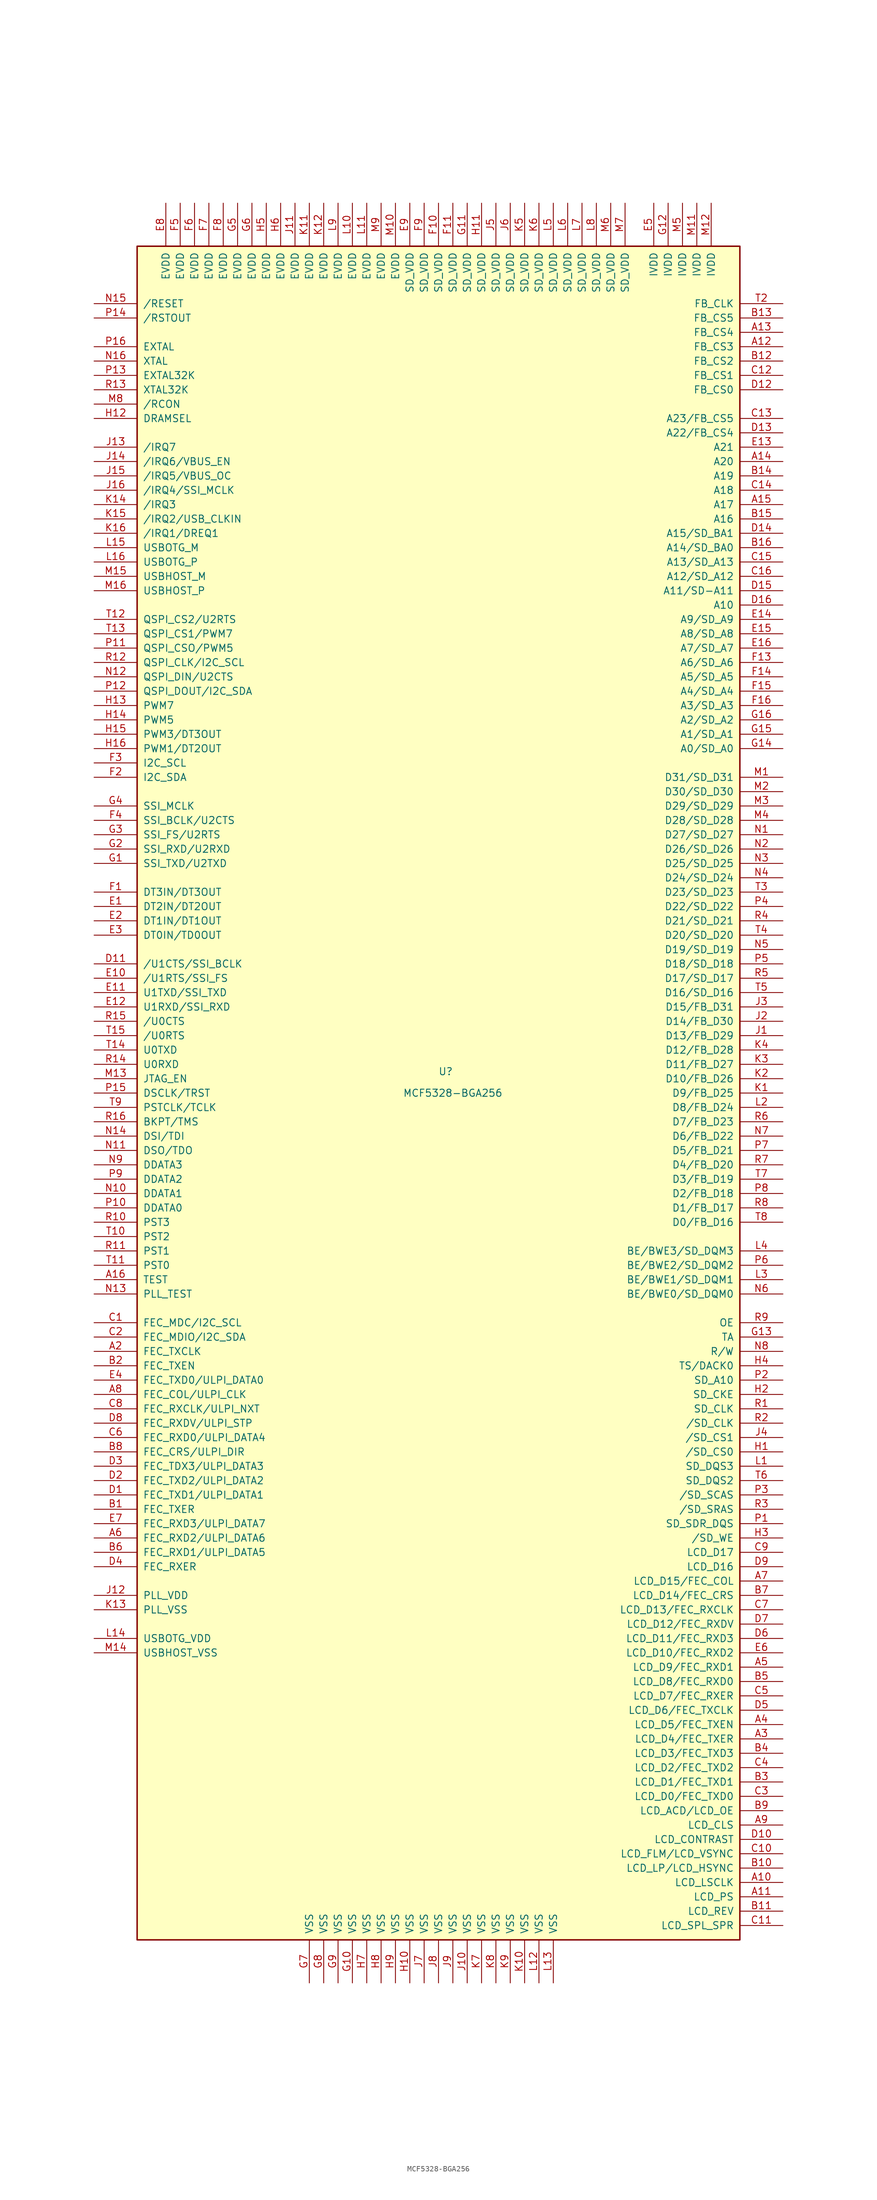
<source format=kicad_sym>
(kicad_symbol_lib
  (version 20241209)
  (generator "kicad_symbol_editor")
  (generator_version "9.0")
  (symbol "MCF5328-BGA256"
    (pin_names
      (offset 1.016))
    (property "Reference" "U"
      (at 1.27 3.81 0)
      (effects (font (size 1.27 1.27))))
    (property "Value" "MCF5328-BGA256"
      (at 2.54 0 0)
      (effects (font (size 1.27 1.27))))
    (symbol "MCF5328-BGA256_0_1"
      (rectangle (start -53.34 149.86) (end 53.34 -149.86) (stroke (width 0.254) (type default)) (fill (type background))))
    (symbol "MCF5328-BGA256_1_1"
      (pin input line (at -60.96 139.7 0) (length 7.62) (name "/RESET" (effects (font (size 1.27 1.27)))) (number "N15" (effects (font (size 1.27 1.27)))))
      (pin output line (at -60.96 137.16 0) (length 7.62) (name "/RSTOUT" (effects (font (size 1.27 1.27)))) (number "P14" (effects (font (size 1.27 1.27)))))
      (pin input line (at -60.96 132.08 0) (length 7.62) (name "EXTAL" (effects (font (size 1.27 1.27)))) (number "P16" (effects (font (size 1.27 1.27)))))
      (pin output line (at -60.96 129.54 0) (length 7.62) (name "XTAL" (effects (font (size 1.27 1.27)))) (number "N16" (effects (font (size 1.27 1.27)))))
      (pin input line (at -60.96 127 0) (length 7.62) (name "EXTAL32K" (effects (font (size 1.27 1.27)))) (number "P13" (effects (font (size 1.27 1.27)))))
      (pin output line (at -60.96 124.46 0) (length 7.62) (name "XTAL32K" (effects (font (size 1.27 1.27)))) (number "R13" (effects (font (size 1.27 1.27)))))
      (pin input line (at -60.96 121.92 0) (length 7.62) (name "/RCON" (effects (font (size 1.27 1.27)))) (number "M8" (effects (font (size 1.27 1.27)))))
      (pin input line (at -60.96 119.38 0) (length 7.62) (name "DRAMSEL" (effects (font (size 1.27 1.27)))) (number "H12" (effects (font (size 1.27 1.27)))))
      (pin input line (at -60.96 114.3 0) (length 7.62) (name "/IRQ7" (effects (font (size 1.27 1.27)))) (number "J13" (effects (font (size 1.27 1.27)))))
      (pin input line (at -60.96 111.76 0) (length 7.62) (name "/IRQ6/VBUS_EN" (effects (font (size 1.27 1.27)))) (number "J14" (effects (font (size 1.27 1.27)))))
      (pin input line (at -60.96 109.22 0) (length 7.62) (name "/IRQ5/VBUS_OC" (effects (font (size 1.27 1.27)))) (number "J15" (effects (font (size 1.27 1.27)))))
      (pin input line (at -60.96 106.68 0) (length 7.62) (name "/IRQ4/SSI_MCLK" (effects (font (size 1.27 1.27)))) (number "J16" (effects (font (size 1.27 1.27)))))
      (pin input line (at -60.96 104.14 0) (length 7.62) (name "/IRQ3" (effects (font (size 1.27 1.27)))) (number "K14" (effects (font (size 1.27 1.27)))))
      (pin input line (at -60.96 101.6 0) (length 7.62) (name "/IRQ2/USB_CLKIN" (effects (font (size 1.27 1.27)))) (number "K15" (effects (font (size 1.27 1.27)))))
      (pin input line (at -60.96 99.06 0) (length 7.62) (name "/IRQ1/DREQ1" (effects (font (size 1.27 1.27)))) (number "K16" (effects (font (size 1.27 1.27)))))
      (pin bidirectional line (at -60.96 96.52 0) (length 7.62) (name "USBOTG_M" (effects (font (size 1.27 1.27)))) (number "L15" (effects (font (size 1.27 1.27)))))
      (pin bidirectional line (at -60.96 93.98 0) (length 7.62) (name "USBOTG_P" (effects (font (size 1.27 1.27)))) (number "L16" (effects (font (size 1.27 1.27)))))
      (pin bidirectional line (at -60.96 91.44 0) (length 7.62) (name "USBHOST_M" (effects (font (size 1.27 1.27)))) (number "M15" (effects (font (size 1.27 1.27)))))
      (pin bidirectional line (at -60.96 88.9 0) (length 7.62) (name "USBHOST_P" (effects (font (size 1.27 1.27)))) (number "M16" (effects (font (size 1.27 1.27)))))
      (pin output line (at -60.96 83.82 0) (length 7.62) (name "QSPI_CS2/U2RTS" (effects (font (size 1.27 1.27)))) (number "T12" (effects (font (size 1.27 1.27)))))
      (pin output line (at -60.96 81.28 0) (length 7.62) (name "QSPI_CS1/PWM7" (effects (font (size 1.27 1.27)))) (number "T13" (effects (font (size 1.27 1.27)))))
      (pin output line (at -60.96 78.74 0) (length 7.62) (name "QSPI_CSO/PWM5" (effects (font (size 1.27 1.27)))) (number "P11" (effects (font (size 1.27 1.27)))))
      (pin output line (at -60.96 76.2 0) (length 7.62) (name "QSPI_CLK/I2C_SCL" (effects (font (size 1.27 1.27)))) (number "R12" (effects (font (size 1.27 1.27)))))
      (pin input line (at -60.96 73.66 0) (length 7.62) (name "QSPI_DIN/U2CTS" (effects (font (size 1.27 1.27)))) (number "N12" (effects (font (size 1.27 1.27)))))
      (pin output line (at -60.96 71.12 0) (length 7.62) (name "QSPI_DOUT/I2C_SDA" (effects (font (size 1.27 1.27)))) (number "P12" (effects (font (size 1.27 1.27)))))
      (pin bidirectional line (at -60.96 68.58 0) (length 7.62) (name "PWM7" (effects (font (size 1.27 1.27)))) (number "H13" (effects (font (size 1.27 1.27)))))
      (pin bidirectional line (at -60.96 66.04 0) (length 7.62) (name "PWM5" (effects (font (size 1.27 1.27)))) (number "H14" (effects (font (size 1.27 1.27)))))
      (pin bidirectional line (at -60.96 63.5 0) (length 7.62) (name "PWM3/DT3OUT" (effects (font (size 1.27 1.27)))) (number "H15" (effects (font (size 1.27 1.27)))))
      (pin bidirectional line (at -60.96 60.96 0) (length 7.62) (name "PWM1/DT2OUT" (effects (font (size 1.27 1.27)))) (number "H16" (effects (font (size 1.27 1.27)))))
      (pin bidirectional line (at -60.96 58.42 0) (length 7.62) (name "I2C_SCL" (effects (font (size 1.27 1.27)))) (number "F3" (effects (font (size 1.27 1.27)))))
      (pin bidirectional line (at -60.96 55.88 0) (length 7.62) (name "I2C_SDA" (effects (font (size 1.27 1.27)))) (number "F2" (effects (font (size 1.27 1.27)))))
      (pin bidirectional line (at -60.96 50.8 0) (length 7.62) (name "SSI_MCLK" (effects (font (size 1.27 1.27)))) (number "G4" (effects (font (size 1.27 1.27)))))
      (pin bidirectional line (at -60.96 48.26 0) (length 7.62) (name "SSI_BCLK/U2CTS" (effects (font (size 1.27 1.27)))) (number "F4" (effects (font (size 1.27 1.27)))))
      (pin bidirectional line (at -60.96 45.72 0) (length 7.62) (name "SSI_FS/U2RTS" (effects (font (size 1.27 1.27)))) (number "G3" (effects (font (size 1.27 1.27)))))
      (pin input line (at -60.96 43.18 0) (length 7.62) (name "SSI_RXD/U2RXD" (effects (font (size 1.27 1.27)))) (number "G2" (effects (font (size 1.27 1.27)))))
      (pin output line (at -60.96 40.64 0) (length 7.62) (name "SSI_TXD/U2TXD" (effects (font (size 1.27 1.27)))) (number "G1" (effects (font (size 1.27 1.27)))))
      (pin input line (at -60.96 35.56 0) (length 7.62) (name "DT3IN/DT3OUT" (effects (font (size 1.27 1.27)))) (number "F1" (effects (font (size 1.27 1.27)))))
      (pin input line (at -60.96 33.02 0) (length 7.62) (name "DT2IN/DT2OUT" (effects (font (size 1.27 1.27)))) (number "E1" (effects (font (size 1.27 1.27)))))
      (pin input line (at -60.96 30.48 0) (length 7.62) (name "DT1IN/DT1OUT" (effects (font (size 1.27 1.27)))) (number "E2" (effects (font (size 1.27 1.27)))))
      (pin input line (at -60.96 27.94 0) (length 7.62) (name "DT0IN/TD0OUT" (effects (font (size 1.27 1.27)))) (number "E3" (effects (font (size 1.27 1.27)))))
      (pin input line (at -60.96 22.86 0) (length 7.62) (name "/U1CTS/SSI_BCLK" (effects (font (size 1.27 1.27)))) (number "D11" (effects (font (size 1.27 1.27)))))
      (pin output line (at -60.96 20.32 0) (length 7.62) (name "/U1RTS/SSI_FS" (effects (font (size 1.27 1.27)))) (number "E10" (effects (font (size 1.27 1.27)))))
      (pin output line (at -60.96 17.78 0) (length 7.62) (name "U1TXD/SSI_TXD" (effects (font (size 1.27 1.27)))) (number "E11" (effects (font (size 1.27 1.27)))))
      (pin input line (at -60.96 15.24 0) (length 7.62) (name "U1RXD/SSI_RXD" (effects (font (size 1.27 1.27)))) (number "E12" (effects (font (size 1.27 1.27)))))
      (pin input line (at -60.96 12.7 0) (length 7.62) (name "/U0CTS" (effects (font (size 1.27 1.27)))) (number "R15" (effects (font (size 1.27 1.27)))))
      (pin output line (at -60.96 10.16 0) (length 7.62) (name "/U0RTS" (effects (font (size 1.27 1.27)))) (number "T15" (effects (font (size 1.27 1.27)))))
      (pin output line (at -60.96 7.62 0) (length 7.62) (name "U0TXD" (effects (font (size 1.27 1.27)))) (number "T14" (effects (font (size 1.27 1.27)))))
      (pin input line (at -60.96 5.08 0) (length 7.62) (name "U0RXD" (effects (font (size 1.27 1.27)))) (number "R14" (effects (font (size 1.27 1.27)))))
      (pin input line (at -60.96 2.54 0) (length 7.62) (name "JTAG_EN" (effects (font (size 1.27 1.27)))) (number "M13" (effects (font (size 1.27 1.27)))))
      (pin input line (at -60.96 0 0) (length 7.62) (name "DSCLK/TRST" (effects (font (size 1.27 1.27)))) (number "P15" (effects (font (size 1.27 1.27)))))
      (pin output line (at -60.96 -2.54 0) (length 7.62) (name "PSTCLK/TCLK" (effects (font (size 1.27 1.27)))) (number "T9" (effects (font (size 1.27 1.27)))))
      (pin input line (at -60.96 -5.08 0) (length 7.62) (name "BKPT/TMS" (effects (font (size 1.27 1.27)))) (number "R16" (effects (font (size 1.27 1.27)))))
      (pin input line (at -60.96 -7.62 0) (length 7.62) (name "DSI/TDI" (effects (font (size 1.27 1.27)))) (number "N14" (effects (font (size 1.27 1.27)))))
      (pin output line (at -60.96 -10.16 0) (length 7.62) (name "DSO/TDO" (effects (font (size 1.27 1.27)))) (number "N11" (effects (font (size 1.27 1.27)))))
      (pin output line (at -60.96 -12.7 0) (length 7.62) (name "DDATA3" (effects (font (size 1.27 1.27)))) (number "N9" (effects (font (size 1.27 1.27)))))
      (pin output line (at -60.96 -15.24 0) (length 7.62) (name "DDATA2" (effects (font (size 1.27 1.27)))) (number "P9" (effects (font (size 1.27 1.27)))))
      (pin output line (at -60.96 -17.78 0) (length 7.62) (name "DDATA1" (effects (font (size 1.27 1.27)))) (number "N10" (effects (font (size 1.27 1.27)))))
      (pin output line (at -60.96 -20.32 0) (length 7.62) (name "DDATA0" (effects (font (size 1.27 1.27)))) (number "P10" (effects (font (size 1.27 1.27)))))
      (pin output line (at -60.96 -22.86 0) (length 7.62) (name "PST3" (effects (font (size 1.27 1.27)))) (number "R10" (effects (font (size 1.27 1.27)))))
      (pin output line (at -60.96 -25.4 0) (length 7.62) (name "PST2" (effects (font (size 1.27 1.27)))) (number "T10" (effects (font (size 1.27 1.27)))))
      (pin output line (at -60.96 -27.94 0) (length 7.62) (name "PST1" (effects (font (size 1.27 1.27)))) (number "R11" (effects (font (size 1.27 1.27)))))
      (pin output line (at -60.96 -30.48 0) (length 7.62) (name "PST0" (effects (font (size 1.27 1.27)))) (number "T11" (effects (font (size 1.27 1.27)))))
      (pin input line (at -60.96 -33.02 0) (length 7.62) (name "TEST" (effects (font (size 1.27 1.27)))) (number "A16" (effects (font (size 1.27 1.27)))))
      (pin input line (at -60.96 -35.56 0) (length 7.62) (name "PLL_TEST" (effects (font (size 1.27 1.27)))) (number "N13" (effects (font (size 1.27 1.27)))))
      (pin output line (at -60.96 -40.64 0) (length 7.62) (name "FEC_MDC/I2C_SCL" (effects (font (size 1.27 1.27)))) (number "C1" (effects (font (size 1.27 1.27)))))
      (pin bidirectional line (at -60.96 -43.18 0) (length 7.62) (name "FEC_MDIO/I2C_SDA" (effects (font (size 1.27 1.27)))) (number "C2" (effects (font (size 1.27 1.27)))))
      (pin input line (at -60.96 -45.72 0) (length 7.62) (name "FEC_TXCLK" (effects (font (size 1.27 1.27)))) (number "A2" (effects (font (size 1.27 1.27)))))
      (pin output line (at -60.96 -48.26 0) (length 7.62) (name "FEC_TXEN" (effects (font (size 1.27 1.27)))) (number "B2" (effects (font (size 1.27 1.27)))))
      (pin output line (at -60.96 -50.8 0) (length 7.62) (name "FEC_TXD0/ULPI_DATA0" (effects (font (size 1.27 1.27)))) (number "E4" (effects (font (size 1.27 1.27)))))
      (pin input line (at -60.96 -53.34 0) (length 7.62) (name "FEC_COL/ULPI_CLK" (effects (font (size 1.27 1.27)))) (number "A8" (effects (font (size 1.27 1.27)))))
      (pin input line (at -60.96 -55.88 0) (length 7.62) (name "FEC_RXCLK/ULPI_NXT" (effects (font (size 1.27 1.27)))) (number "C8" (effects (font (size 1.27 1.27)))))
      (pin input line (at -60.96 -58.42 0) (length 7.62) (name "FEC_RXDV/ULPI_STP" (effects (font (size 1.27 1.27)))) (number "D8" (effects (font (size 1.27 1.27)))))
      (pin input line (at -60.96 -60.96 0) (length 7.62) (name "FEC_RXD0/ULPI_DATA4" (effects (font (size 1.27 1.27)))) (number "C6" (effects (font (size 1.27 1.27)))))
      (pin input line (at -60.96 -63.5 0) (length 7.62) (name "FEC_CRS/ULPI_DIR" (effects (font (size 1.27 1.27)))) (number "B8" (effects (font (size 1.27 1.27)))))
      (pin output line (at -60.96 -66.04 0) (length 7.62) (name "FEC_TDX3/ULPI_DATA3" (effects (font (size 1.27 1.27)))) (number "D3" (effects (font (size 1.27 1.27)))))
      (pin output line (at -60.96 -68.58 0) (length 7.62) (name "FEC_TXD2/ULPI_DATA2" (effects (font (size 1.27 1.27)))) (number "D2" (effects (font (size 1.27 1.27)))))
      (pin output line (at -60.96 -71.12 0) (length 7.62) (name "FEC_TXD1/ULPI_DATA1" (effects (font (size 1.27 1.27)))) (number "D1" (effects (font (size 1.27 1.27)))))
      (pin output line (at -60.96 -73.66 0) (length 7.62) (name "FEC_TXER" (effects (font (size 1.27 1.27)))) (number "B1" (effects (font (size 1.27 1.27)))))
      (pin input line (at -60.96 -76.2 0) (length 7.62) (name "FEC_RXD3/ULPI_DATA7" (effects (font (size 1.27 1.27)))) (number "E7" (effects (font (size 1.27 1.27)))))
      (pin input line (at -60.96 -78.74 0) (length 7.62) (name "FEC_RXD2/ULPI_DATA6" (effects (font (size 1.27 1.27)))) (number "A6" (effects (font (size 1.27 1.27)))))
      (pin input line (at -60.96 -81.28 0) (length 7.62) (name "FEC_RXD1/ULPI_DATA5" (effects (font (size 1.27 1.27)))) (number "B6" (effects (font (size 1.27 1.27)))))
      (pin input line (at -60.96 -83.82 0) (length 7.62) (name "FEC_RXER" (effects (font (size 1.27 1.27)))) (number "D4" (effects (font (size 1.27 1.27)))))
      (pin power_in line (at -60.96 -88.9 0) (length 7.62) (name "PLL_VDD" (effects (font (size 1.27 1.27)))) (number "J12" (effects (font (size 1.27 1.27)))))
      (pin power_in line (at -60.96 -91.44 0) (length 7.62) (name "PLL_VSS" (effects (font (size 1.27 1.27)))) (number "K13" (effects (font (size 1.27 1.27)))))
      (pin power_in line (at -60.96 -96.52 0) (length 7.62) (name "USBOTG_VDD" (effects (font (size 1.27 1.27)))) (number "L14" (effects (font (size 1.27 1.27)))))
      (pin power_in line (at -60.96 -99.06 0) (length 7.62) (name "USBHOST_VSS" (effects (font (size 1.27 1.27)))) (number "M14" (effects (font (size 1.27 1.27)))))
      (pin power_in line (at -48.26 157.48 270) (length 7.62) (name "EVDD" (effects (font (size 1.27 1.27)))) (number "E8" (effects (font (size 1.27 1.27)))))
      (pin power_in line (at -45.72 157.48 270) (length 7.62) (name "EVDD" (effects (font (size 1.27 1.27)))) (number "F5" (effects (font (size 1.27 1.27)))))
      (pin power_in line (at -43.18 157.48 270) (length 7.62) (name "EVDD" (effects (font (size 1.27 1.27)))) (number "F6" (effects (font (size 1.27 1.27)))))
      (pin power_in line (at -40.64 157.48 270) (length 7.62) (name "EVDD" (effects (font (size 1.27 1.27)))) (number "F7" (effects (font (size 1.27 1.27)))))
      (pin power_in line (at -38.1 157.48 270) (length 7.62) (name "EVDD" (effects (font (size 1.27 1.27)))) (number "F8" (effects (font (size 1.27 1.27)))))
      (pin power_in line (at -35.56 157.48 270) (length 7.62) (name "EVDD" (effects (font (size 1.27 1.27)))) (number "G5" (effects (font (size 1.27 1.27)))))
      (pin power_in line (at -33.02 157.48 270) (length 7.62) (name "EVDD" (effects (font (size 1.27 1.27)))) (number "G6" (effects (font (size 1.27 1.27)))))
      (pin power_in line (at -30.48 157.48 270) (length 7.62) (name "EVDD" (effects (font (size 1.27 1.27)))) (number "H5" (effects (font (size 1.27 1.27)))))
      (pin power_in line (at -27.94 157.48 270) (length 7.62) (name "EVDD" (effects (font (size 1.27 1.27)))) (number "H6" (effects (font (size 1.27 1.27)))))
      (pin power_in line (at -25.4 157.48 270) (length 7.62) (name "EVDD" (effects (font (size 1.27 1.27)))) (number "J11" (effects (font (size 1.27 1.27)))))
      (pin power_in line (at -22.86 157.48 270) (length 7.62) (name "EVDD" (effects (font (size 1.27 1.27)))) (number "K11" (effects (font (size 1.27 1.27)))))
      (pin power_in line (at -22.86 -157.48 90) (length 7.62) (name "VSS" (effects (font (size 1.27 1.27)))) (number "G7" (effects (font (size 1.27 1.27)))))
      (pin power_in line (at -20.32 157.48 270) (length 7.62) (name "EVDD" (effects (font (size 1.27 1.27)))) (number "K12" (effects (font (size 1.27 1.27)))))
      (pin power_in line (at -20.32 -157.48 90) (length 7.62) (name "VSS" (effects (font (size 1.27 1.27)))) (number "G8" (effects (font (size 1.27 1.27)))))
      (pin power_in line (at -17.78 157.48 270) (length 7.62) (name "EVDD" (effects (font (size 1.27 1.27)))) (number "L9" (effects (font (size 1.27 1.27)))))
      (pin power_in line (at -17.78 -157.48 90) (length 7.62) (name "VSS" (effects (font (size 1.27 1.27)))) (number "G9" (effects (font (size 1.27 1.27)))))
      (pin power_in line (at -15.24 157.48 270) (length 7.62) (name "EVDD" (effects (font (size 1.27 1.27)))) (number "L10" (effects (font (size 1.27 1.27)))))
      (pin power_in line (at -15.24 -157.48 90) (length 7.62) (name "VSS" (effects (font (size 1.27 1.27)))) (number "G10" (effects (font (size 1.27 1.27)))))
      (pin power_in line (at -12.7 157.48 270) (length 7.62) (name "EVDD" (effects (font (size 1.27 1.27)))) (number "L11" (effects (font (size 1.27 1.27)))))
      (pin power_in line (at -12.7 -157.48 90) (length 7.62) (name "VSS" (effects (font (size 1.27 1.27)))) (number "H7" (effects (font (size 1.27 1.27)))))
      (pin power_in line (at -10.16 157.48 270) (length 7.62) (name "EVDD" (effects (font (size 1.27 1.27)))) (number "M9" (effects (font (size 1.27 1.27)))))
      (pin power_in line (at -10.16 -157.48 90) (length 7.62) (name "VSS" (effects (font (size 1.27 1.27)))) (number "H8" (effects (font (size 1.27 1.27)))))
      (pin power_in line (at -7.62 157.48 270) (length 7.62) (name "EVDD" (effects (font (size 1.27 1.27)))) (number "M10" (effects (font (size 1.27 1.27)))))
      (pin power_in line (at -7.62 -157.48 90) (length 7.62) (name "VSS" (effects (font (size 1.27 1.27)))) (number "H9" (effects (font (size 1.27 1.27)))))
      (pin power_in line (at -5.08 157.48 270) (length 7.62) (name "SD_VDD" (effects (font (size 1.27 1.27)))) (number "E9" (effects (font (size 1.27 1.27)))))
      (pin power_in line (at -5.08 -157.48 90) (length 7.62) (name "VSS" (effects (font (size 1.27 1.27)))) (number "H10" (effects (font (size 1.27 1.27)))))
      (pin power_in line (at -2.54 157.48 270) (length 7.62) (name "SD_VDD" (effects (font (size 1.27 1.27)))) (number "F9" (effects (font (size 1.27 1.27)))))
      (pin power_in line (at -2.54 -157.48 90) (length 7.62) (name "VSS" (effects (font (size 1.27 1.27)))) (number "J7" (effects (font (size 1.27 1.27)))))
      (pin power_in line (at 0 157.48 270) (length 7.62) (name "SD_VDD" (effects (font (size 1.27 1.27)))) (number "F10" (effects (font (size 1.27 1.27)))))
      (pin power_in line (at 0 -157.48 90) (length 7.62) (name "VSS" (effects (font (size 1.27 1.27)))) (number "J8" (effects (font (size 1.27 1.27)))))
      (pin power_in line (at 2.54 157.48 270) (length 7.62) (name "SD_VDD" (effects (font (size 1.27 1.27)))) (number "F11" (effects (font (size 1.27 1.27)))))
      (pin power_in line (at 2.54 -157.48 90) (length 7.62) (name "VSS" (effects (font (size 1.27 1.27)))) (number "J9" (effects (font (size 1.27 1.27)))))
      (pin power_in line (at 5.08 157.48 270) (length 7.62) (name "SD_VDD" (effects (font (size 1.27 1.27)))) (number "G11" (effects (font (size 1.27 1.27)))))
      (pin power_in line (at 5.08 -157.48 90) (length 7.62) (name "VSS" (effects (font (size 1.27 1.27)))) (number "J10" (effects (font (size 1.27 1.27)))))
      (pin power_in line (at 7.62 157.48 270) (length 7.62) (name "SD_VDD" (effects (font (size 1.27 1.27)))) (number "H11" (effects (font (size 1.27 1.27)))))
      (pin power_in line (at 7.62 -157.48 90) (length 7.62) (name "VSS" (effects (font (size 1.27 1.27)))) (number "K7" (effects (font (size 1.27 1.27)))))
      (pin power_in line (at 10.16 157.48 270) (length 7.62) (name "SD_VDD" (effects (font (size 1.27 1.27)))) (number "J5" (effects (font (size 1.27 1.27)))))
      (pin power_in line (at 10.16 -157.48 90) (length 7.62) (name "VSS" (effects (font (size 1.27 1.27)))) (number "K8" (effects (font (size 1.27 1.27)))))
      (pin power_in line (at 12.7 157.48 270) (length 7.62) (name "SD_VDD" (effects (font (size 1.27 1.27)))) (number "J6" (effects (font (size 1.27 1.27)))))
      (pin power_in line (at 12.7 -157.48 90) (length 7.62) (name "VSS" (effects (font (size 1.27 1.27)))) (number "K9" (effects (font (size 1.27 1.27)))))
      (pin power_in line (at 15.24 157.48 270) (length 7.62) (name "SD_VDD" (effects (font (size 1.27 1.27)))) (number "K5" (effects (font (size 1.27 1.27)))))
      (pin power_in line (at 15.24 -157.48 90) (length 7.62) (name "VSS" (effects (font (size 1.27 1.27)))) (number "K10" (effects (font (size 1.27 1.27)))))
      (pin power_in line (at 17.78 157.48 270) (length 7.62) (name "SD_VDD" (effects (font (size 1.27 1.27)))) (number "K6" (effects (font (size 1.27 1.27)))))
      (pin power_in line (at 17.78 -157.48 90) (length 7.62) (name "VSS" (effects (font (size 1.27 1.27)))) (number "L12" (effects (font (size 1.27 1.27)))))
      (pin power_in line (at 20.32 157.48 270) (length 7.62) (name "SD_VDD" (effects (font (size 1.27 1.27)))) (number "L5" (effects (font (size 1.27 1.27)))))
      (pin power_in line (at 20.32 -157.48 90) (length 7.62) (name "VSS" (effects (font (size 1.27 1.27)))) (number "L13" (effects (font (size 1.27 1.27)))))
      (pin power_in line (at 22.86 157.48 270) (length 7.62) (name "SD_VDD" (effects (font (size 1.27 1.27)))) (number "L6" (effects (font (size 1.27 1.27)))))
      (pin power_in line (at 25.4 157.48 270) (length 7.62) (name "SD_VDD" (effects (font (size 1.27 1.27)))) (number "L7" (effects (font (size 1.27 1.27)))))
      (pin power_in line (at 27.94 157.48 270) (length 7.62) (name "SD_VDD" (effects (font (size 1.27 1.27)))) (number "L8" (effects (font (size 1.27 1.27)))))
      (pin power_in line (at 30.48 157.48 270) (length 7.62) (name "SD_VDD" (effects (font (size 1.27 1.27)))) (number "M6" (effects (font (size 1.27 1.27)))))
      (pin power_in line (at 33.02 157.48 270) (length 7.62) (name "SD_VDD" (effects (font (size 1.27 1.27)))) (number "M7" (effects (font (size 1.27 1.27)))))
      (pin power_in line (at 38.1 157.48 270) (length 7.62) (name "IVDD" (effects (font (size 1.27 1.27)))) (number "E5" (effects (font (size 1.27 1.27)))))
      (pin power_in line (at 40.64 157.48 270) (length 7.62) (name "IVDD" (effects (font (size 1.27 1.27)))) (number "G12" (effects (font (size 1.27 1.27)))))
      (pin power_in line (at 43.18 157.48 270) (length 7.62) (name "IVDD" (effects (font (size 1.27 1.27)))) (number "M5" (effects (font (size 1.27 1.27)))))
      (pin power_in line (at 45.72 157.48 270) (length 7.62) (name "IVDD" (effects (font (size 1.27 1.27)))) (number "M11" (effects (font (size 1.27 1.27)))))
      (pin power_in line (at 48.26 157.48 270) (length 7.62) (name "IVDD" (effects (font (size 1.27 1.27)))) (number "M12" (effects (font (size 1.27 1.27)))))
      (pin output line (at 60.96 139.7 180) (length 7.62) (name "FB_CLK" (effects (font (size 1.27 1.27)))) (number "T2" (effects (font (size 1.27 1.27)))))
      (pin output line (at 60.96 137.16 180) (length 7.62) (name "FB_CS5" (effects (font (size 1.27 1.27)))) (number "B13" (effects (font (size 1.27 1.27)))))
      (pin output line (at 60.96 134.62 180) (length 7.62) (name "FB_CS4" (effects (font (size 1.27 1.27)))) (number "A13" (effects (font (size 1.27 1.27)))))
      (pin output line (at 60.96 132.08 180) (length 7.62) (name "FB_CS3" (effects (font (size 1.27 1.27)))) (number "A12" (effects (font (size 1.27 1.27)))))
      (pin output line (at 60.96 129.54 180) (length 7.62) (name "FB_CS2" (effects (font (size 1.27 1.27)))) (number "B12" (effects (font (size 1.27 1.27)))))
      (pin output line (at 60.96 127 180) (length 7.62) (name "FB_CS1" (effects (font (size 1.27 1.27)))) (number "C12" (effects (font (size 1.27 1.27)))))
      (pin output line (at 60.96 124.46 180) (length 7.62) (name "FB_CS0" (effects (font (size 1.27 1.27)))) (number "D12" (effects (font (size 1.27 1.27)))))
      (pin output line (at 60.96 119.38 180) (length 7.62) (name "A23/FB_CS5" (effects (font (size 1.27 1.27)))) (number "C13" (effects (font (size 1.27 1.27)))))
      (pin output line (at 60.96 116.84 180) (length 7.62) (name "A22/FB_CS4" (effects (font (size 1.27 1.27)))) (number "D13" (effects (font (size 1.27 1.27)))))
      (pin output line (at 60.96 114.3 180) (length 7.62) (name "A21" (effects (font (size 1.27 1.27)))) (number "E13" (effects (font (size 1.27 1.27)))))
      (pin output line (at 60.96 111.76 180) (length 7.62) (name "A20" (effects (font (size 1.27 1.27)))) (number "A14" (effects (font (size 1.27 1.27)))))
      (pin output line (at 60.96 109.22 180) (length 7.62) (name "A19" (effects (font (size 1.27 1.27)))) (number "B14" (effects (font (size 1.27 1.27)))))
      (pin output line (at 60.96 106.68 180) (length 7.62) (name "A18" (effects (font (size 1.27 1.27)))) (number "C14" (effects (font (size 1.27 1.27)))))
      (pin output line (at 60.96 104.14 180) (length 7.62) (name "A17" (effects (font (size 1.27 1.27)))) (number "A15" (effects (font (size 1.27 1.27)))))
      (pin output line (at 60.96 101.6 180) (length 7.62) (name "A16" (effects (font (size 1.27 1.27)))) (number "B15" (effects (font (size 1.27 1.27)))))
      (pin output line (at 60.96 99.06 180) (length 7.62) (name "A15/SD_BA1" (effects (font (size 1.27 1.27)))) (number "D14" (effects (font (size 1.27 1.27)))))
      (pin output line (at 60.96 96.52 180) (length 7.62) (name "A14/SD_BA0" (effects (font (size 1.27 1.27)))) (number "B16" (effects (font (size 1.27 1.27)))))
      (pin output line (at 60.96 93.98 180) (length 7.62) (name "A13/SD_A13" (effects (font (size 1.27 1.27)))) (number "C15" (effects (font (size 1.27 1.27)))))
      (pin output line (at 60.96 91.44 180) (length 7.62) (name "A12/SD_A12" (effects (font (size 1.27 1.27)))) (number "C16" (effects (font (size 1.27 1.27)))))
      (pin output line (at 60.96 88.9 180) (length 7.62) (name "A11/SD-A11" (effects (font (size 1.27 1.27)))) (number "D15" (effects (font (size 1.27 1.27)))))
      (pin output line (at 60.96 86.36 180) (length 7.62) (name "A10" (effects (font (size 1.27 1.27)))) (number "D16" (effects (font (size 1.27 1.27)))))
      (pin output line (at 60.96 83.82 180) (length 7.62) (name "A9/SD_A9" (effects (font (size 1.27 1.27)))) (number "E14" (effects (font (size 1.27 1.27)))))
      (pin output line (at 60.96 81.28 180) (length 7.62) (name "A8/SD_A8" (effects (font (size 1.27 1.27)))) (number "E15" (effects (font (size 1.27 1.27)))))
      (pin output line (at 60.96 78.74 180) (length 7.62) (name "A7/SD_A7" (effects (font (size 1.27 1.27)))) (number "E16" (effects (font (size 1.27 1.27)))))
      (pin output line (at 60.96 76.2 180) (length 7.62) (name "A6/SD_A6" (effects (font (size 1.27 1.27)))) (number "F13" (effects (font (size 1.27 1.27)))))
      (pin output line (at 60.96 73.66 180) (length 7.62) (name "A5/SD_A5" (effects (font (size 1.27 1.27)))) (number "F14" (effects (font (size 1.27 1.27)))))
      (pin output line (at 60.96 71.12 180) (length 7.62) (name "A4/SD_A4" (effects (font (size 1.27 1.27)))) (number "F15" (effects (font (size 1.27 1.27)))))
      (pin output line (at 60.96 68.58 180) (length 7.62) (name "A3/SD_A3" (effects (font (size 1.27 1.27)))) (number "F16" (effects (font (size 1.27 1.27)))))
      (pin output line (at 60.96 66.04 180) (length 7.62) (name "A2/SD_A2" (effects (font (size 1.27 1.27)))) (number "G16" (effects (font (size 1.27 1.27)))))
      (pin output line (at 60.96 63.5 180) (length 7.62) (name "A1/SD_A1" (effects (font (size 1.27 1.27)))) (number "G15" (effects (font (size 1.27 1.27)))))
      (pin output line (at 60.96 60.96 180) (length 7.62) (name "A0/SD_A0" (effects (font (size 1.27 1.27)))) (number "G14" (effects (font (size 1.27 1.27)))))
      (pin output line (at 60.96 55.88 180) (length 7.62) (name "D31/SD_D31" (effects (font (size 1.27 1.27)))) (number "M1" (effects (font (size 1.27 1.27)))))
      (pin output line (at 60.96 53.34 180) (length 7.62) (name "D30/SD_D30" (effects (font (size 1.27 1.27)))) (number "M2" (effects (font (size 1.27 1.27)))))
      (pin output line (at 60.96 50.8 180) (length 7.62) (name "D29/SD_D29" (effects (font (size 1.27 1.27)))) (number "M3" (effects (font (size 1.27 1.27)))))
      (pin output line (at 60.96 48.26 180) (length 7.62) (name "D28/SD_D28" (effects (font (size 1.27 1.27)))) (number "M4" (effects (font (size 1.27 1.27)))))
      (pin output line (at 60.96 45.72 180) (length 7.62) (name "D27/SD_D27" (effects (font (size 1.27 1.27)))) (number "N1" (effects (font (size 1.27 1.27)))))
      (pin output line (at 60.96 43.18 180) (length 7.62) (name "D26/SD_D26" (effects (font (size 1.27 1.27)))) (number "N2" (effects (font (size 1.27 1.27)))))
      (pin output line (at 60.96 40.64 180) (length 7.62) (name "D25/SD_D25" (effects (font (size 1.27 1.27)))) (number "N3" (effects (font (size 1.27 1.27)))))
      (pin output line (at 60.96 38.1 180) (length 7.62) (name "D24/SD_D24" (effects (font (size 1.27 1.27)))) (number "N4" (effects (font (size 1.27 1.27)))))
      (pin output line (at 60.96 35.56 180) (length 7.62) (name "D23/SD_D23" (effects (font (size 1.27 1.27)))) (number "T3" (effects (font (size 1.27 1.27)))))
      (pin output line (at 60.96 33.02 180) (length 7.62) (name "D22/SD_D22" (effects (font (size 1.27 1.27)))) (number "P4" (effects (font (size 1.27 1.27)))))
      (pin output line (at 60.96 30.48 180) (length 7.62) (name "D21/SD_D21" (effects (font (size 1.27 1.27)))) (number "R4" (effects (font (size 1.27 1.27)))))
      (pin output line (at 60.96 27.94 180) (length 7.62) (name "D20/SD_D20" (effects (font (size 1.27 1.27)))) (number "T4" (effects (font (size 1.27 1.27)))))
      (pin output line (at 60.96 25.4 180) (length 7.62) (name "D19/SD_D19" (effects (font (size 1.27 1.27)))) (number "N5" (effects (font (size 1.27 1.27)))))
      (pin output line (at 60.96 22.86 180) (length 7.62) (name "D18/SD_D18" (effects (font (size 1.27 1.27)))) (number "P5" (effects (font (size 1.27 1.27)))))
      (pin output line (at 60.96 20.32 180) (length 7.62) (name "D17/SD_D17" (effects (font (size 1.27 1.27)))) (number "R5" (effects (font (size 1.27 1.27)))))
      (pin output line (at 60.96 17.78 180) (length 7.62) (name "D16/SD_D16" (effects (font (size 1.27 1.27)))) (number "T5" (effects (font (size 1.27 1.27)))))
      (pin output line (at 60.96 15.24 180) (length 7.62) (name "D15/FB_D31" (effects (font (size 1.27 1.27)))) (number "J3" (effects (font (size 1.27 1.27)))))
      (pin output line (at 60.96 12.7 180) (length 7.62) (name "D14/FB_D30" (effects (font (size 1.27 1.27)))) (number "J2" (effects (font (size 1.27 1.27)))))
      (pin output line (at 60.96 10.16 180) (length 7.62) (name "D13/FB_D29" (effects (font (size 1.27 1.27)))) (number "J1" (effects (font (size 1.27 1.27)))))
      (pin output line (at 60.96 7.62 180) (length 7.62) (name "D12/FB_D28" (effects (font (size 1.27 1.27)))) (number "K4" (effects (font (size 1.27 1.27)))))
      (pin output line (at 60.96 5.08 180) (length 7.62) (name "D11/FB_D27" (effects (font (size 1.27 1.27)))) (number "K3" (effects (font (size 1.27 1.27)))))
      (pin output line (at 60.96 2.54 180) (length 7.62) (name "D10/FB_D26" (effects (font (size 1.27 1.27)))) (number "K2" (effects (font (size 1.27 1.27)))))
      (pin output line (at 60.96 0 180) (length 7.62) (name "D9/FB_D25" (effects (font (size 1.27 1.27)))) (number "K1" (effects (font (size 1.27 1.27)))))
      (pin output line (at 60.96 -2.54 180) (length 7.62) (name "D8/FB_D24" (effects (font (size 1.27 1.27)))) (number "L2" (effects (font (size 1.27 1.27)))))
      (pin output line (at 60.96 -5.08 180) (length 7.62) (name "D7/FB_D23" (effects (font (size 1.27 1.27)))) (number "R6" (effects (font (size 1.27 1.27)))))
      (pin output line (at 60.96 -7.62 180) (length 7.62) (name "D6/FB_D22" (effects (font (size 1.27 1.27)))) (number "N7" (effects (font (size 1.27 1.27)))))
      (pin output line (at 60.96 -10.16 180) (length 7.62) (name "D5/FB_D21" (effects (font (size 1.27 1.27)))) (number "P7" (effects (font (size 1.27 1.27)))))
      (pin output line (at 60.96 -12.7 180) (length 7.62) (name "D4/FB_D20" (effects (font (size 1.27 1.27)))) (number "R7" (effects (font (size 1.27 1.27)))))
      (pin output line (at 60.96 -15.24 180) (length 7.62) (name "D3/FB_D19" (effects (font (size 1.27 1.27)))) (number "T7" (effects (font (size 1.27 1.27)))))
      (pin output line (at 60.96 -17.78 180) (length 7.62) (name "D2/FB_D18" (effects (font (size 1.27 1.27)))) (number "P8" (effects (font (size 1.27 1.27)))))
      (pin output line (at 60.96 -20.32 180) (length 7.62) (name "D1/FB_D17" (effects (font (size 1.27 1.27)))) (number "R8" (effects (font (size 1.27 1.27)))))
      (pin output line (at 60.96 -22.86 180) (length 7.62) (name "D0/FB_D16" (effects (font (size 1.27 1.27)))) (number "T8" (effects (font (size 1.27 1.27)))))
      (pin output line (at 60.96 -27.94 180) (length 7.62) (name "BE/BWE3/SD_DQM3" (effects (font (size 1.27 1.27)))) (number "L4" (effects (font (size 1.27 1.27)))))
      (pin output line (at 60.96 -30.48 180) (length 7.62) (name "BE/BWE2/SD_DQM2" (effects (font (size 1.27 1.27)))) (number "P6" (effects (font (size 1.27 1.27)))))
      (pin output line (at 60.96 -33.02 180) (length 7.62) (name "BE/BWE1/SD_DQM1" (effects (font (size 1.27 1.27)))) (number "L3" (effects (font (size 1.27 1.27)))))
      (pin output line (at 60.96 -35.56 180) (length 7.62) (name "BE/BWE0/SD_DQM0" (effects (font (size 1.27 1.27)))) (number "N6" (effects (font (size 1.27 1.27)))))
      (pin output line (at 60.96 -40.64 180) (length 7.62) (name "OE" (effects (font (size 1.27 1.27)))) (number "R9" (effects (font (size 1.27 1.27)))))
      (pin input line (at 60.96 -43.18 180) (length 7.62) (name "TA" (effects (font (size 1.27 1.27)))) (number "G13" (effects (font (size 1.27 1.27)))))
      (pin output line (at 60.96 -45.72 180) (length 7.62) (name "R/W" (effects (font (size 1.27 1.27)))) (number "N8" (effects (font (size 1.27 1.27)))))
      (pin output line (at 60.96 -48.26 180) (length 7.62) (name "TS/DACK0" (effects (font (size 1.27 1.27)))) (number "H4" (effects (font (size 1.27 1.27)))))
      (pin output line (at 60.96 -50.8 180) (length 7.62) (name "SD_A10" (effects (font (size 1.27 1.27)))) (number "P2" (effects (font (size 1.27 1.27)))))
      (pin output line (at 60.96 -53.34 180) (length 7.62) (name "SD_CKE" (effects (font (size 1.27 1.27)))) (number "H2" (effects (font (size 1.27 1.27)))))
      (pin output line (at 60.96 -55.88 180) (length 7.62) (name "SD_CLK" (effects (font (size 1.27 1.27)))) (number "R1" (effects (font (size 1.27 1.27)))))
      (pin output line (at 60.96 -58.42 180) (length 7.62) (name "/SD_CLK" (effects (font (size 1.27 1.27)))) (number "R2" (effects (font (size 1.27 1.27)))))
      (pin output line (at 60.96 -60.96 180) (length 7.62) (name "/SD_CS1" (effects (font (size 1.27 1.27)))) (number "J4" (effects (font (size 1.27 1.27)))))
      (pin output line (at 60.96 -63.5 180) (length 7.62) (name "/SD_CS0" (effects (font (size 1.27 1.27)))) (number "H1" (effects (font (size 1.27 1.27)))))
      (pin input line (at 60.96 -66.04 180) (length 7.62) (name "SD_DQS3" (effects (font (size 1.27 1.27)))) (number "L1" (effects (font (size 1.27 1.27)))))
      (pin input line (at 60.96 -68.58 180) (length 7.62) (name "SD_DQS2" (effects (font (size 1.27 1.27)))) (number "T6" (effects (font (size 1.27 1.27)))))
      (pin output line (at 60.96 -71.12 180) (length 7.62) (name "/SD_SCAS" (effects (font (size 1.27 1.27)))) (number "P3" (effects (font (size 1.27 1.27)))))
      (pin output line (at 60.96 -73.66 180) (length 7.62) (name "/SD_SRAS" (effects (font (size 1.27 1.27)))) (number "R3" (effects (font (size 1.27 1.27)))))
      (pin output line (at 60.96 -76.2 180) (length 7.62) (name "SD_SDR_DQS" (effects (font (size 1.27 1.27)))) (number "P1" (effects (font (size 1.27 1.27)))))
      (pin output line (at 60.96 -78.74 180) (length 7.62) (name "/SD_WE" (effects (font (size 1.27 1.27)))) (number "H3" (effects (font (size 1.27 1.27)))))
      (pin output line (at 60.96 -81.28 180) (length 7.62) (name "LCD_D17" (effects (font (size 1.27 1.27)))) (number "C9" (effects (font (size 1.27 1.27)))))
      (pin output line (at 60.96 -83.82 180) (length 7.62) (name "LCD_D16" (effects (font (size 1.27 1.27)))) (number "D9" (effects (font (size 1.27 1.27)))))
      (pin output line (at 60.96 -86.36 180) (length 7.62) (name "LCD_D15/FEC_COL" (effects (font (size 1.27 1.27)))) (number "A7" (effects (font (size 1.27 1.27)))))
      (pin output line (at 60.96 -88.9 180) (length 7.62) (name "LCD_D14/FEC_CRS" (effects (font (size 1.27 1.27)))) (number "B7" (effects (font (size 1.27 1.27)))))
      (pin output line (at 60.96 -91.44 180) (length 7.62) (name "LCD_D13/FEC_RXCLK" (effects (font (size 1.27 1.27)))) (number "C7" (effects (font (size 1.27 1.27)))))
      (pin output line (at 60.96 -93.98 180) (length 7.62) (name "LCD_D12/FEC_RXDV" (effects (font (size 1.27 1.27)))) (number "D7" (effects (font (size 1.27 1.27)))))
      (pin output line (at 60.96 -96.52 180) (length 7.62) (name "LCD_D11/FEC_RXD3" (effects (font (size 1.27 1.27)))) (number "D6" (effects (font (size 1.27 1.27)))))
      (pin output line (at 60.96 -99.06 180) (length 7.62) (name "LCD_D10/FEC_RXD2" (effects (font (size 1.27 1.27)))) (number "E6" (effects (font (size 1.27 1.27)))))
      (pin output line (at 60.96 -101.6 180) (length 7.62) (name "LCD_D9/FEC_RXD1" (effects (font (size 1.27 1.27)))) (number "A5" (effects (font (size 1.27 1.27)))))
      (pin output line (at 60.96 -104.14 180) (length 7.62) (name "LCD_D8/FEC_RXD0" (effects (font (size 1.27 1.27)))) (number "B5" (effects (font (size 1.27 1.27)))))
      (pin output line (at 60.96 -106.68 180) (length 7.62) (name "LCD_D7/FEC_RXER" (effects (font (size 1.27 1.27)))) (number "C5" (effects (font (size 1.27 1.27)))))
      (pin output line (at 60.96 -109.22 180) (length 7.62) (name "LCD_D6/FEC_TXCLK" (effects (font (size 1.27 1.27)))) (number "D5" (effects (font (size 1.27 1.27)))))
      (pin output line (at 60.96 -111.76 180) (length 7.62) (name "LCD_D5/FEC_TXEN" (effects (font (size 1.27 1.27)))) (number "A4" (effects (font (size 1.27 1.27)))))
      (pin output line (at 60.96 -114.3 180) (length 7.62) (name "LCD_D4/FEC_TXER" (effects (font (size 1.27 1.27)))) (number "A3" (effects (font (size 1.27 1.27)))))
      (pin output line (at 60.96 -116.84 180) (length 7.62) (name "LCD_D3/FEC_TXD3" (effects (font (size 1.27 1.27)))) (number "B4" (effects (font (size 1.27 1.27)))))
      (pin output line (at 60.96 -119.38 180) (length 7.62) (name "LCD_D2/FEC_TXD2" (effects (font (size 1.27 1.27)))) (number "C4" (effects (font (size 1.27 1.27)))))
      (pin output line (at 60.96 -121.92 180) (length 7.62) (name "LCD_D1/FEC_TXD1" (effects (font (size 1.27 1.27)))) (number "B3" (effects (font (size 1.27 1.27)))))
      (pin output line (at 60.96 -124.46 180) (length 7.62) (name "LCD_D0/FEC_TXD0" (effects (font (size 1.27 1.27)))) (number "C3" (effects (font (size 1.27 1.27)))))
      (pin output line (at 60.96 -127 180) (length 7.62) (name "LCD_ACD/LCD_OE" (effects (font (size 1.27 1.27)))) (number "B9" (effects (font (size 1.27 1.27)))))
      (pin output line (at 60.96 -129.54 180) (length 7.62) (name "LCD_CLS" (effects (font (size 1.27 1.27)))) (number "A9" (effects (font (size 1.27 1.27)))))
      (pin output line (at 60.96 -132.08 180) (length 7.62) (name "LCD_CONTRAST" (effects (font (size 1.27 1.27)))) (number "D10" (effects (font (size 1.27 1.27)))))
      (pin output line (at 60.96 -134.62 180) (length 7.62) (name "LCD_FLM/LCD_VSYNC" (effects (font (size 1.27 1.27)))) (number "C10" (effects (font (size 1.27 1.27)))))
      (pin output line (at 60.96 -137.16 180) (length 7.62) (name "LCD_LP/LCD_HSYNC" (effects (font (size 1.27 1.27)))) (number "B10" (effects (font (size 1.27 1.27)))))
      (pin output line (at 60.96 -139.7 180) (length 7.62) (name "LCD_LSCLK" (effects (font (size 1.27 1.27)))) (number "A10" (effects (font (size 1.27 1.27)))))
      (pin output line (at 60.96 -142.24 180) (length 7.62) (name "LCD_PS" (effects (font (size 1.27 1.27)))) (number "A11" (effects (font (size 1.27 1.27)))))
      (pin output line (at 60.96 -144.78 180) (length 7.62) (name "LCD_REV" (effects (font (size 1.27 1.27)))) (number "B11" (effects (font (size 1.27 1.27)))))
      (pin output line (at 60.96 -147.32 180) (length 7.62) (name "LCD_SPL_SPR" (effects (font (size 1.27 1.27)))) (number "C11" (effects (font (size 1.27 1.27))))))))
</source>
